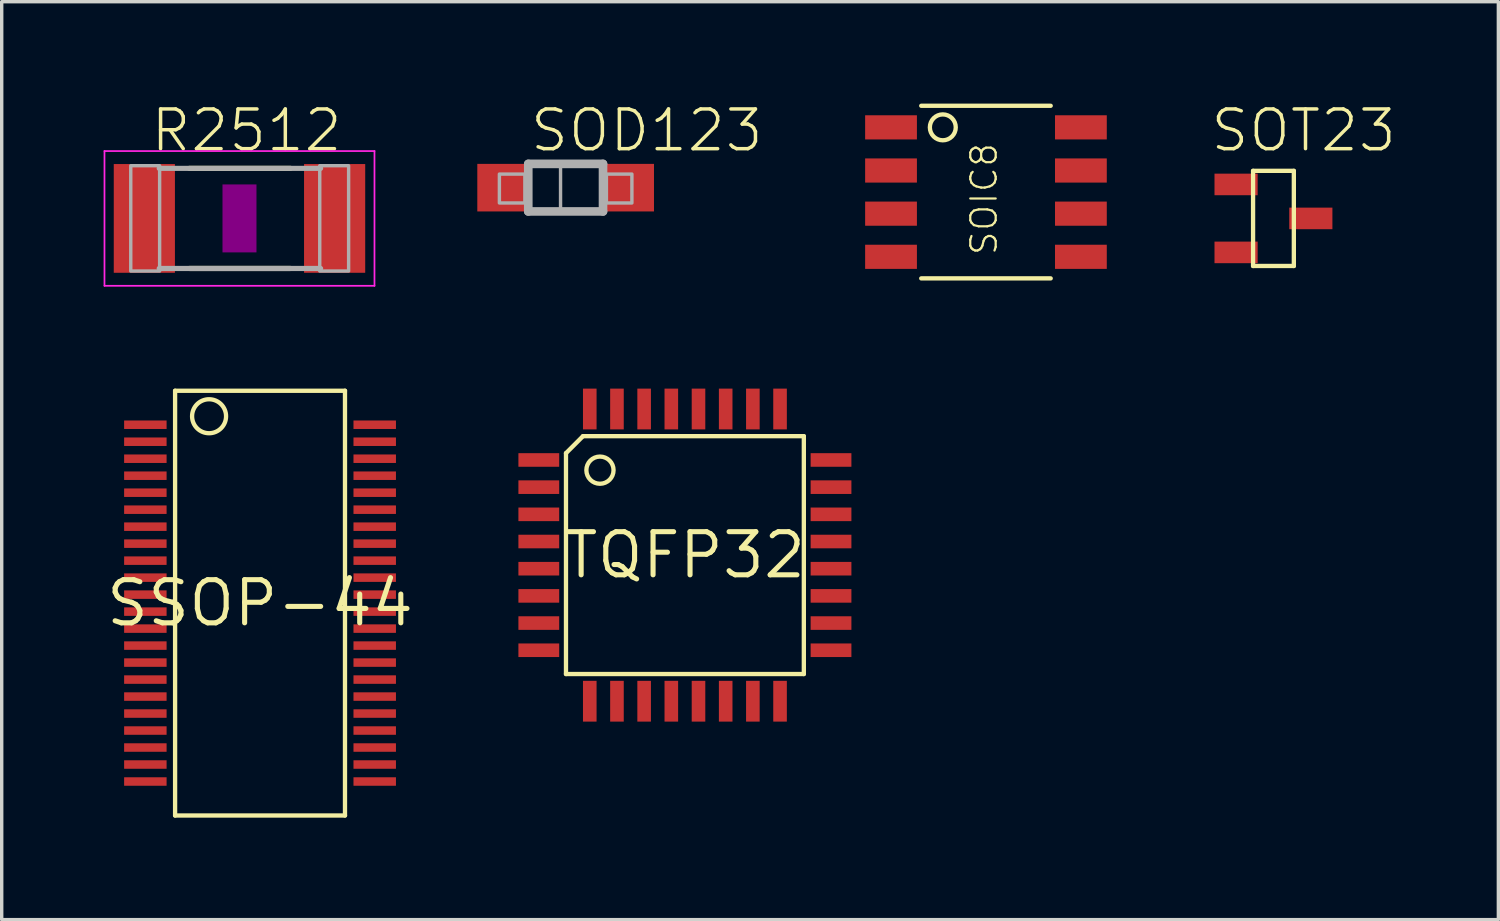
<source format=kicad_pcb>
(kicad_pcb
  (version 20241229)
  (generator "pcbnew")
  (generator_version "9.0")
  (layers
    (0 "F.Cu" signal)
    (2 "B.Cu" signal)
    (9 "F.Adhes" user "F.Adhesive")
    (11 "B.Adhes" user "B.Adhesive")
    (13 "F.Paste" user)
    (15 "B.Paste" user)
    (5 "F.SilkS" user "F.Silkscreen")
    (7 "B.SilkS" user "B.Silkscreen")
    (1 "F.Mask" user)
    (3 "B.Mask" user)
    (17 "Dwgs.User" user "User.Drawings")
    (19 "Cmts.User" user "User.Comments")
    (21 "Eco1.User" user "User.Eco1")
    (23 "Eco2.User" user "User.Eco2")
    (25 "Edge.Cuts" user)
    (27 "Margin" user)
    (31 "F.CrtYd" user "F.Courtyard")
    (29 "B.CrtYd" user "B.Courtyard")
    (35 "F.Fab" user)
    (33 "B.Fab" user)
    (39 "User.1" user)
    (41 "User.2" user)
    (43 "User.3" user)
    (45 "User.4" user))
  (footprint "SOIC8"
    (layer "F.Cu")
    (at 25.967 2.603)
    (property "Reference" "SOIC8" (at 0.381 1.905 90) (layer "F.SilkS") (effects (font (size 0.748 0.748) (thickness 0.065)) (justify left bottom)))
    (fp_line (start -1.905 -2.54) (end 1.905 -2.54) (stroke (width 0.127) (type solid)) (layer "F.SilkS"))
    (fp_line (start -1.905 2.54) (end 1.905 2.54) (stroke (width 0.127) (type solid)) (layer "F.SilkS"))
    (fp_circle (center -1.27 -1.905) (end -0.889 -1.905) (stroke (width 0.127) (type solid)) (fill no) (layer "F.SilkS"))
    (pad "P$1" smd rect (at -2.794 -1.905) (size 1.524 0.711) (layers "F.Cu" "F.Mask" "F.Paste"))
    (pad "P$2" smd rect (at -2.794 -0.635) (size 1.524 0.711) (layers "F.Cu" "F.Mask" "F.Paste"))
    (pad "P$3" smd rect (at -2.794 0.635) (size 1.524 0.711) (layers "F.Cu" "F.Mask" "F.Paste"))
    (pad "P$4" smd rect (at -2.794 1.905) (size 1.524 0.711) (layers "F.Cu" "F.Mask" "F.Paste"))
    (pad "P$5" smd rect (at 2.794 1.905) (size 1.524 0.711) (layers "F.Cu" "F.Mask" "F.Paste"))
    (pad "P$6" smd rect (at 2.794 0.635) (size 1.524 0.711) (layers "F.Cu" "F.Mask" "F.Paste"))
    (pad "P$7" smd rect (at 2.794 -0.635) (size 1.524 0.711) (layers "F.Cu" "F.Mask" "F.Paste"))
    (pad "P$8" smd rect (at 2.794 -1.905) (size 1.524 0.711) (layers "F.Cu" "F.Mask" "F.Paste")))
  (footprint "SSOP-44"
    (layer "F.Cu")
    (at 4.603 14.7)
    (property "Reference" "SSOP-44" (at 0 0 0) (layer "F.SilkS") (effects (font (size 1.27 1.27) (thickness 0.15))))
    (fp_line (start -2.5 -6.25) (end 2.5 -6.25) (stroke (width 0.127) (type solid)) (layer "F.SilkS"))
    (fp_line (start -2.5 6.25) (end -2.5 -6.25) (stroke (width 0.127) (type solid)) (layer "F.SilkS"))
    (fp_line (start 2.5 -6.25) (end 2.5 6.25) (stroke (width 0.127) (type solid)) (layer "F.SilkS"))
    (fp_line (start 2.5 6.25) (end -2.5 6.25) (stroke (width 0.127) (type solid)) (layer "F.SilkS"))
    (fp_circle (center -1.5 -5.5) (end -1 -5.5) (stroke (width 0.127) (type solid)) (fill no) (layer "F.SilkS"))
    (pad "1" smd rect (at -3.375 -5.25) (size 1.25 0.25) (layers "F.Cu" "F.Mask" "F.Paste"))
    (pad "2" smd rect (at -3.375 -4.75) (size 1.25 0.25) (layers "F.Cu" "F.Mask" "F.Paste"))
    (pad "3" smd rect (at -3.375 -4.25) (size 1.25 0.25) (layers "F.Cu" "F.Mask" "F.Paste"))
    (pad "4" smd rect (at -3.375 -3.75) (size 1.25 0.25) (layers "F.Cu" "F.Mask" "F.Paste"))
    (pad "5" smd rect (at -3.375 -3.25) (size 1.25 0.25) (layers "F.Cu" "F.Mask" "F.Paste"))
    (pad "6" smd rect (at -3.375 -2.75) (size 1.25 0.25) (layers "F.Cu" "F.Mask" "F.Paste"))
    (pad "7" smd rect (at -3.375 -2.25) (size 1.25 0.25) (layers "F.Cu" "F.Mask" "F.Paste"))
    (pad "8" smd rect (at -3.375 -1.75) (size 1.25 0.25) (layers "F.Cu" "F.Mask" "F.Paste"))
    (pad "9" smd rect (at -3.375 -1.25) (size 1.25 0.25) (layers "F.Cu" "F.Mask" "F.Paste"))
    (pad "10" smd rect (at -3.375 -0.75) (size 1.25 0.25) (layers "F.Cu" "F.Mask" "F.Paste"))
    (pad "11" smd rect (at -3.375 -0.25) (size 1.25 0.25) (layers "F.Cu" "F.Mask" "F.Paste"))
    (pad "12" smd rect (at -3.375 0.25) (size 1.25 0.25) (layers "F.Cu" "F.Mask" "F.Paste"))
    (pad "13" smd rect (at -3.375 0.75) (size 1.25 0.25) (layers "F.Cu" "F.Mask" "F.Paste"))
    (pad "14" smd rect (at -3.375 1.25) (size 1.25 0.25) (layers "F.Cu" "F.Mask" "F.Paste"))
    (pad "15" smd rect (at -3.375 1.75) (size 1.25 0.25) (layers "F.Cu" "F.Mask" "F.Paste"))
    (pad "16" smd rect (at -3.375 2.25) (size 1.25 0.25) (layers "F.Cu" "F.Mask" "F.Paste"))
    (pad "17" smd rect (at -3.375 2.75) (size 1.25 0.25) (layers "F.Cu" "F.Mask" "F.Paste"))
    (pad "18" smd rect (at -3.375 3.25) (size 1.25 0.25) (layers "F.Cu" "F.Mask" "F.Paste"))
    (pad "19" smd rect (at -3.375 3.75) (size 1.25 0.25) (layers "F.Cu" "F.Mask" "F.Paste"))
    (pad "20" smd rect (at -3.375 4.25) (size 1.25 0.25) (layers "F.Cu" "F.Mask" "F.Paste"))
    (pad "21" smd rect (at -3.375 4.75) (size 1.25 0.25) (layers "F.Cu" "F.Mask" "F.Paste"))
    (pad "22" smd rect (at -3.375 5.25) (size 1.25 0.25) (layers "F.Cu" "F.Mask" "F.Paste"))
    (pad "23" smd rect (at 3.375 5.25 180) (size 1.25 0.25) (layers "F.Cu" "F.Mask" "F.Paste"))
    (pad "24" smd rect (at 3.375 4.75 180) (size 1.25 0.25) (layers "F.Cu" "F.Mask" "F.Paste"))
    (pad "25" smd rect (at 3.375 4.25 180) (size 1.25 0.25) (layers "F.Cu" "F.Mask" "F.Paste"))
    (pad "26" smd rect (at 3.375 3.75 180) (size 1.25 0.25) (layers "F.Cu" "F.Mask" "F.Paste"))
    (pad "27" smd rect (at 3.375 3.25 180) (size 1.25 0.25) (layers "F.Cu" "F.Mask" "F.Paste"))
    (pad "28" smd rect (at 3.375 2.75 180) (size 1.25 0.25) (layers "F.Cu" "F.Mask" "F.Paste"))
    (pad "29" smd rect (at 3.375 2.25 180) (size 1.25 0.25) (layers "F.Cu" "F.Mask" "F.Paste"))
    (pad "30" smd rect (at 3.375 1.75 180) (size 1.25 0.25) (layers "F.Cu" "F.Mask" "F.Paste"))
    (pad "31" smd rect (at 3.375 1.25 180) (size 1.25 0.25) (layers "F.Cu" "F.Mask" "F.Paste"))
    (pad "32" smd rect (at 3.375 0.75 180) (size 1.25 0.25) (layers "F.Cu" "F.Mask" "F.Paste"))
    (pad "33" smd rect (at 3.375 0.25 180) (size 1.25 0.25) (layers "F.Cu" "F.Mask" "F.Paste"))
    (pad "34" smd rect (at 3.375 -0.25 180) (size 1.25 0.25) (layers "F.Cu" "F.Mask" "F.Paste"))
    (pad "35" smd rect (at 3.375 -0.75 180) (size 1.25 0.25) (layers "F.Cu" "F.Mask" "F.Paste"))
    (pad "36" smd rect (at 3.375 -1.25 180) (size 1.25 0.25) (layers "F.Cu" "F.Mask" "F.Paste"))
    (pad "37" smd rect (at 3.375 -1.75 180) (size 1.25 0.25) (layers "F.Cu" "F.Mask" "F.Paste"))
    (pad "38" smd rect (at 3.375 -2.25 180) (size 1.25 0.25) (layers "F.Cu" "F.Mask" "F.Paste"))
    (pad "39" smd rect (at 3.375 -2.75 180) (size 1.25 0.25) (layers "F.Cu" "F.Mask" "F.Paste"))
    (pad "40" smd rect (at 3.375 -3.25 180) (size 1.25 0.25) (layers "F.Cu" "F.Mask" "F.Paste"))
    (pad "41" smd rect (at 3.375 -3.75 180) (size 1.25 0.25) (layers "F.Cu" "F.Mask" "F.Paste"))
    (pad "42" smd rect (at 3.375 -4.25 180) (size 1.25 0.25) (layers "F.Cu" "F.Mask" "F.Paste"))
    (pad "43" smd rect (at 3.375 -4.75 180) (size 1.25 0.25) (layers "F.Cu" "F.Mask" "F.Paste"))
    (pad "44" smd rect (at 3.375 -5.25 180) (size 1.25 0.25) (layers "F.Cu" "F.Mask" "F.Paste")))
  (footprint "R2512"
    (layer "F.Cu")
    (at 3.998 3.378)
    (property "Reference" "R2512" (at -2.667 -1.905 0) (layer "F.SilkS") (effects (font (size 1.168 1.168) (thickness 0.102)) (justify left bottom)))
    (fp_line (start -1.473 -1.473) (end 1.498 -1.473) (stroke (width 0.152) (type solid)) (layer "F.SilkS"))
    (fp_line (start -1.473 1.473) (end 1.498 1.473) (stroke (width 0.152) (type solid)) (layer "F.SilkS"))
    (fp_poly (pts (xy -0.5 1) (xy 0.5 1) (xy 0.5 -1) (xy -0.5 -1)) (stroke (width 0) (type solid)) (fill yes) (layer "F.Adhes"))
    (fp_line (start -3.973 -1.983) (end 3.973 -1.983) (stroke (width 0.051) (type solid)) (layer "F.CrtYd"))
    (fp_line (start -3.973 1.983) (end -3.973 -1.983) (stroke (width 0.051) (type solid)) (layer "F.CrtYd"))
    (fp_line (start 3.973 -1.983) (end 3.973 1.983) (stroke (width 0.051) (type solid)) (layer "F.CrtYd"))
    (fp_line (start 3.973 1.983) (end -3.973 1.983) (stroke (width 0.051) (type solid)) (layer "F.CrtYd"))
    (fp_line (start -2.362 -1.473) (end 2.387 -1.473) (stroke (width 0.152) (type solid)) (layer "F.Fab"))
    (fp_line (start -2.362 1.473) (end 2.387 1.473) (stroke (width 0.152) (type solid)) (layer "F.Fab"))
    (fp_poly (pts (xy -3.2 1.549) (xy -2.35 1.549) (xy -2.35 -1.551) (xy -3.2 -1.551)) (stroke (width 0.1) (type solid)) (fill no) (layer "F.Fab"))
    (fp_poly (pts (xy 2.362 1.549) (xy 3.212 1.549) (xy 3.212 -1.551) (xy 2.362 -1.551)) (stroke (width 0.1) (type solid)) (fill no) (layer "F.Fab"))
    (pad "1" smd rect (at -2.8 0) (size 1.8 3.2) (layers "F.Cu" "F.Mask" "F.Paste"))
    (pad "2" smd rect (at 2.8 0) (size 1.8 3.2) (layers "F.Cu" "F.Mask" "F.Paste")))
  (footprint "SOT23"
    (layer "F.Cu")
    (at 34.428 3.378)
    (property "Reference" "SOT23" (at -1.905 -1.905 0) (layer "F.SilkS") (effects (font (size 1.168 1.168) (thickness 0.102)) (justify left bottom)))
    (fp_line (start -0.6 -1.4) (end 0.6 -1.4) (stroke (width 0.127) (type solid)) (layer "F.SilkS"))
    (fp_line (start -0.6 1.4) (end -0.6 -1.4) (stroke (width 0.127) (type solid)) (layer "F.SilkS"))
    (fp_line (start 0.6 -1.4) (end 0.6 1.4) (stroke (width 0.127) (type solid)) (layer "F.SilkS"))
    (fp_line (start 0.6 1.4) (end -0.6 1.4) (stroke (width 0.127) (type solid)) (layer "F.SilkS"))
    (pad "P$1" smd rect (at -1.1 -1 180) (size 1.27 0.635) (layers "F.Cu" "F.Mask" "F.Paste"))
    (pad "P$2" smd rect (at -1.1 1 180) (size 1.27 0.635) (layers "F.Cu" "F.Mask" "F.Paste"))
    (pad "P$3" smd rect (at 1.1 0 180) (size 1.27 0.635) (layers "F.Cu" "F.Mask" "F.Paste")))
  (footprint "TQFP32"
    (layer "F.Cu")
    (at 17.107 13.287)
    (property "Reference" "TQFP32" (at 0 0 0) (layer "F.SilkS") (effects (font (size 1.27 1.27) (thickness 0.15))))
    (fp_line (start -3.5 -3) (end -3 -3.5) (stroke (width 0.127) (type solid)) (layer "F.SilkS"))
    (fp_line (start -3.5 3.5) (end -3.5 -3) (stroke (width 0.127) (type solid)) (layer "F.SilkS"))
    (fp_line (start -3 -3.5) (end 3.5 -3.5) (stroke (width 0.127) (type solid)) (layer "F.SilkS"))
    (fp_line (start 3.5 -3.5) (end 3.5 3.5) (stroke (width 0.127) (type solid)) (layer "F.SilkS"))
    (fp_line (start 3.5 3.5) (end -3.5 3.5) (stroke (width 0.127) (type solid)) (layer "F.SilkS"))
    (fp_circle (center -2.5 -2.5) (end -2.1 -2.5) (stroke (width 0.127) (type solid)) (fill no) (layer "F.SilkS"))
    (pad "1" smd rect (at -4.3 -2.8) (size 1.2 0.4) (layers "F.Cu" "F.Mask" "F.Paste"))
    (pad "2" smd rect (at -4.3 -2) (size 1.2 0.4) (layers "F.Cu" "F.Mask" "F.Paste"))
    (pad "3" smd rect (at -4.3 -1.2) (size 1.2 0.4) (layers "F.Cu" "F.Mask" "F.Paste"))
    (pad "4" smd rect (at -4.3 -0.4) (size 1.2 0.4) (layers "F.Cu" "F.Mask" "F.Paste"))
    (pad "5" smd rect (at -4.3 0.4) (size 1.2 0.4) (layers "F.Cu" "F.Mask" "F.Paste"))
    (pad "6" smd rect (at -4.3 1.2) (size 1.2 0.4) (layers "F.Cu" "F.Mask" "F.Paste"))
    (pad "7" smd rect (at -4.3 2) (size 1.2 0.4) (layers "F.Cu" "F.Mask" "F.Paste"))
    (pad "8" smd rect (at -4.3 2.8) (size 1.2 0.4) (layers "F.Cu" "F.Mask" "F.Paste"))
    (pad "9" smd rect (at -2.8 4.3 90) (size 1.2 0.4) (layers "F.Cu" "F.Mask" "F.Paste"))
    (pad "10" smd rect (at -2 4.3 90) (size 1.2 0.4) (layers "F.Cu" "F.Mask" "F.Paste"))
    (pad "11" smd rect (at -1.2 4.3 90) (size 1.2 0.4) (layers "F.Cu" "F.Mask" "F.Paste"))
    (pad "12" smd rect (at -0.4 4.3 90) (size 1.2 0.4) (layers "F.Cu" "F.Mask" "F.Paste"))
    (pad "13" smd rect (at 0.4 4.3 90) (size 1.2 0.4) (layers "F.Cu" "F.Mask" "F.Paste"))
    (pad "14" smd rect (at 1.2 4.3 90) (size 1.2 0.4) (layers "F.Cu" "F.Mask" "F.Paste"))
    (pad "15" smd rect (at 2 4.3 90) (size 1.2 0.4) (layers "F.Cu" "F.Mask" "F.Paste"))
    (pad "16" smd rect (at 2.8 4.3 90) (size 1.2 0.4) (layers "F.Cu" "F.Mask" "F.Paste"))
    (pad "17" smd rect (at 4.3 2.8) (size 1.2 0.4) (layers "F.Cu" "F.Mask" "F.Paste"))
    (pad "18" smd rect (at 4.3 2) (size 1.2 0.4) (layers "F.Cu" "F.Mask" "F.Paste"))
    (pad "19" smd rect (at 4.3 1.2) (size 1.2 0.4) (layers "F.Cu" "F.Mask" "F.Paste"))
    (pad "20" smd rect (at 4.3 0.4) (size 1.2 0.4) (layers "F.Cu" "F.Mask" "F.Paste"))
    (pad "21" smd rect (at 4.3 -0.4) (size 1.2 0.4) (layers "F.Cu" "F.Mask" "F.Paste"))
    (pad "22" smd rect (at 4.3 -1.2) (size 1.2 0.4) (layers "F.Cu" "F.Mask" "F.Paste"))
    (pad "23" smd rect (at 4.3 -2) (size 1.2 0.4) (layers "F.Cu" "F.Mask" "F.Paste"))
    (pad "24" smd rect (at 4.3 -2.8) (size 1.2 0.4) (layers "F.Cu" "F.Mask" "F.Paste"))
    (pad "25" smd rect (at 2.8 -4.3 90) (size 1.2 0.4) (layers "F.Cu" "F.Mask" "F.Paste"))
    (pad "26" smd rect (at 2 -4.3 90) (size 1.2 0.4) (layers "F.Cu" "F.Mask" "F.Paste"))
    (pad "27" smd rect (at 1.2 -4.3 90) (size 1.2 0.4) (layers "F.Cu" "F.Mask" "F.Paste"))
    (pad "28" smd rect (at 0.4 -4.3 90) (size 1.2 0.4) (layers "F.Cu" "F.Mask" "F.Paste"))
    (pad "29" smd rect (at -0.4 -4.3 90) (size 1.2 0.4) (layers "F.Cu" "F.Mask" "F.Paste"))
    (pad "30" smd rect (at -1.2 -4.3 90) (size 1.2 0.4) (layers "F.Cu" "F.Mask" "F.Paste"))
    (pad "31" smd rect (at -2 -4.3 90) (size 1.2 0.4) (layers "F.Cu" "F.Mask" "F.Paste"))
    (pad "32" smd rect (at -2.8 -4.3 90) (size 1.2 0.4) (layers "F.Cu" "F.Mask" "F.Paste")))
  (footprint "SOD123"
    (layer "F.Cu")
    (at 13.597 2.473)
    (property "Reference" "SOD123" (at -1.1 -1 0) (layer "F.SilkS") (effects (font (size 1.168 1.168) (thickness 0.102)) (justify left bottom)))
    (fp_line (start -1.1 -0.7) (end 1.1 -0.7) (stroke (width 0.254) (type solid)) (layer "F.Fab"))
    (fp_line (start -1.1 0.7) (end -1.1 -0.7) (stroke (width 0.254) (type solid)) (layer "F.Fab"))
    (fp_line (start 1.1 -0.7) (end 1.1 0.7) (stroke (width 0.254) (type solid)) (layer "F.Fab"))
    (fp_line (start 1.1 0.7) (end -1.1 0.7) (stroke (width 0.254) (type solid)) (layer "F.Fab"))
    (fp_poly (pts (xy -1.95 0.45) (xy -1.2 0.45) (xy -1.2 -0.4) (xy -1.95 -0.4)) (stroke (width 0.1) (type solid)) (fill no) (layer "F.Fab"))
    (fp_poly (pts (xy -1.05 0.65) (xy -0.15 0.65) (xy -0.15 -0.7) (xy -1.05 -0.7)) (stroke (width 0.1) (type solid)) (fill no) (layer "F.Fab"))
    (fp_poly (pts (xy 1.2 0.45) (xy 1.95 0.45) (xy 1.95 -0.4) (xy 1.2 -0.4)) (stroke (width 0.1) (type solid)) (fill no) (layer "F.Fab"))
    (pad "A" smd rect (at 1.9 0) (size 1.4 1.4) (layers "F.Cu" "F.Mask" "F.Paste"))
    (pad "C" smd rect (at -1.9 0) (size 1.4 1.4) (layers "F.Cu" "F.Mask" "F.Paste")))
  (gr_rect
    (start -3 -3)
    (end 41.047 24.014)
    (stroke (width 0.1) (type default))
    (fill no)
    (layer "Edge.Cuts")))
</source>
